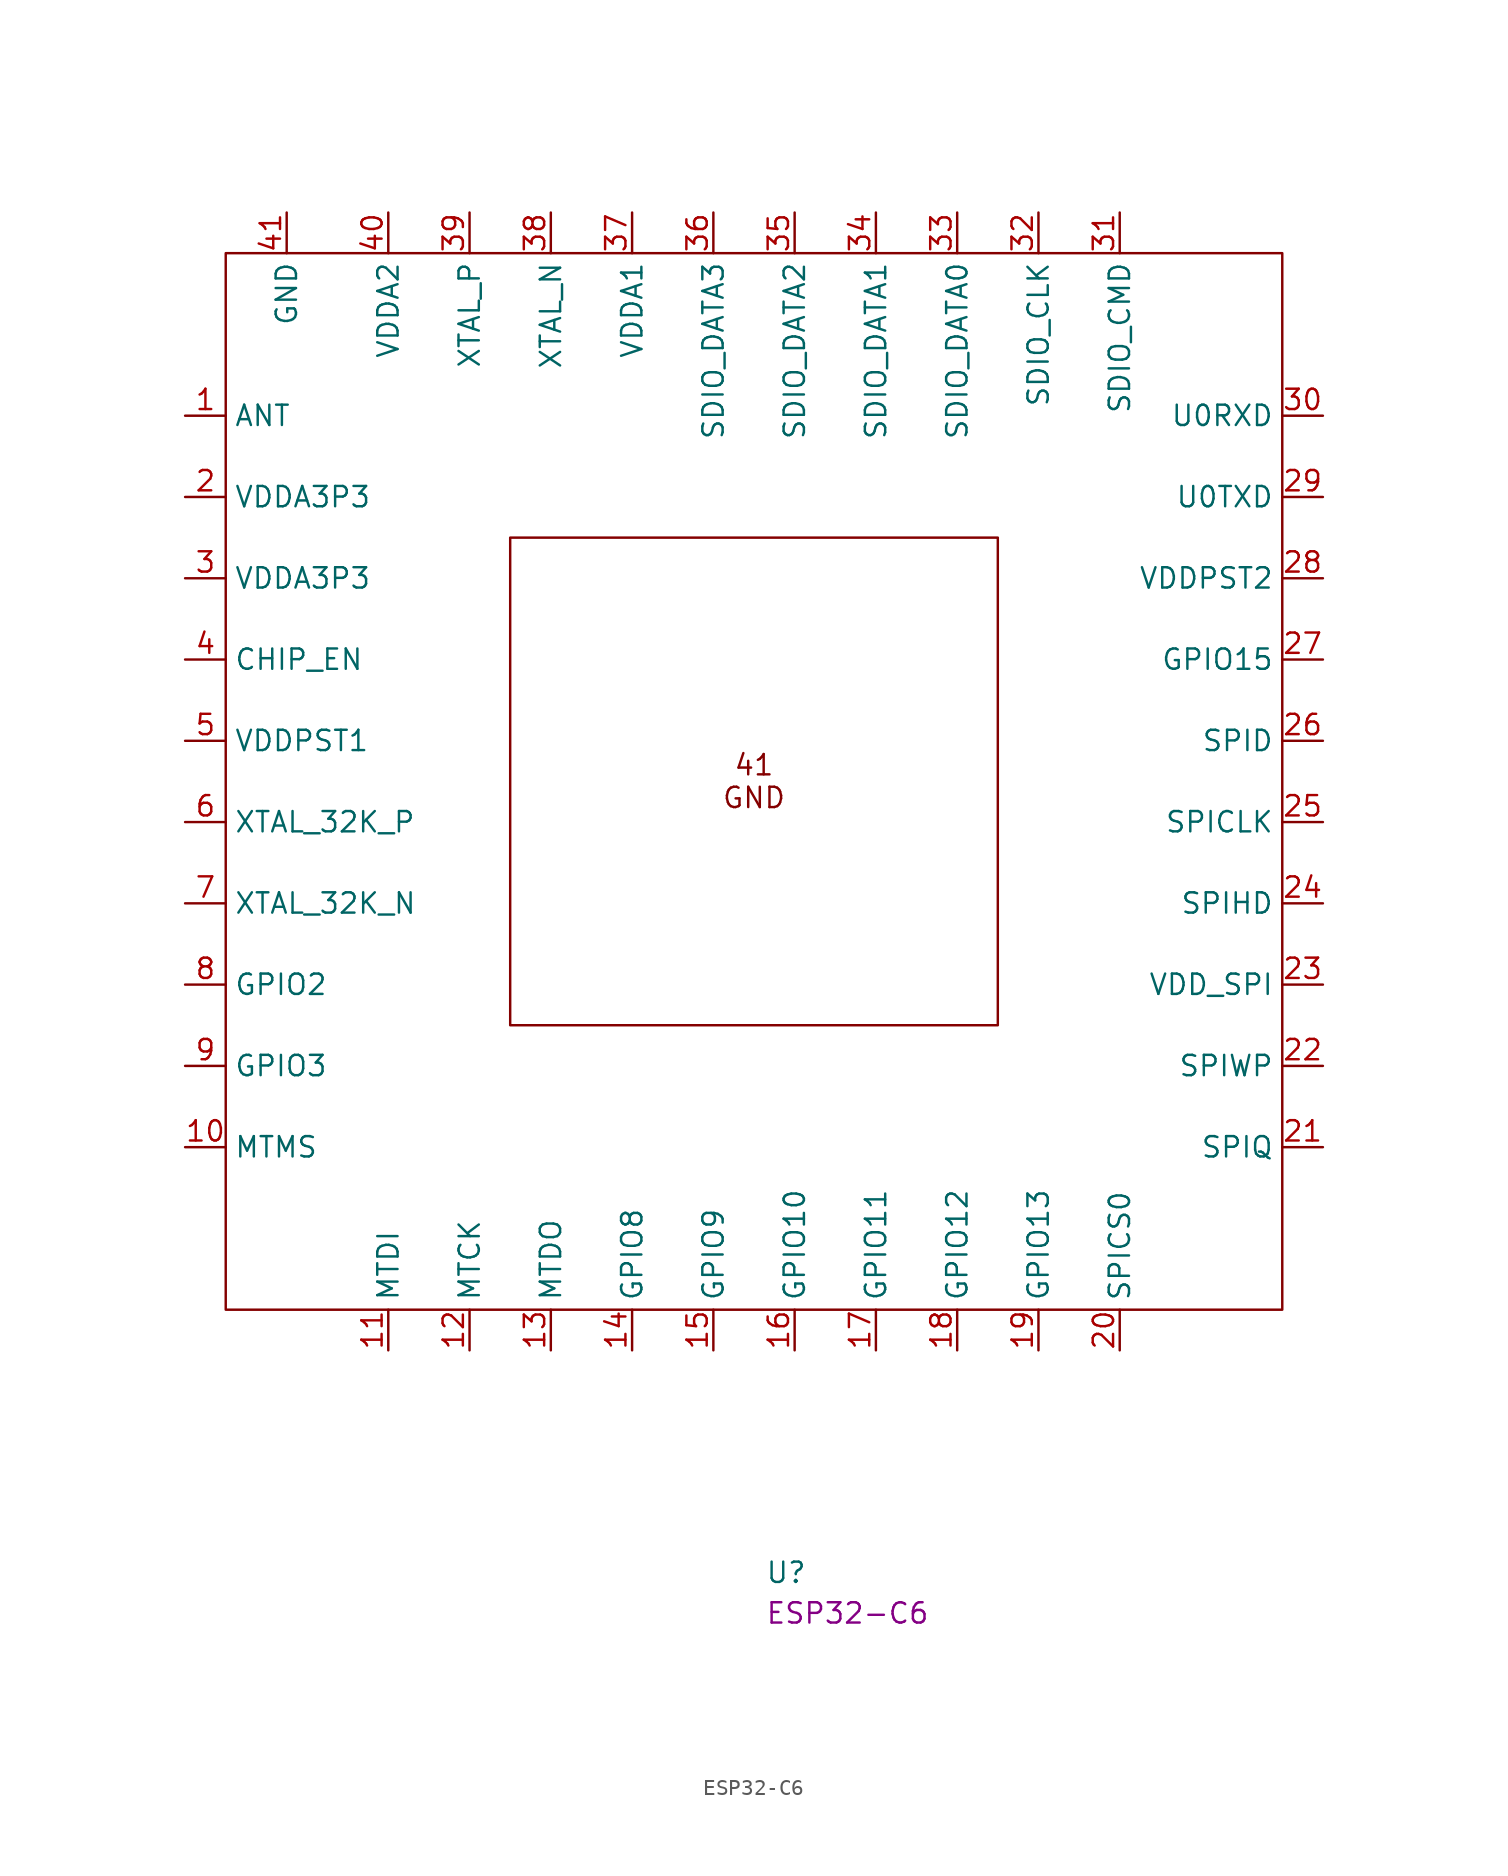
<source format=kicad_sym>
(kicad_symbol_lib
  (version 20231120)
  (generator "kicad_symbol_editor")
  (generator_version "8.0")
  (symbol "ESP32-C6"
    (property "Reference" "U"
      (at 0.7 -50.198 0)
      (effects (font (size 1.27 1.27) (thickness 0.15)) (justify left bottom)))
    (property "Val" "ESP32-C6"
      (at 0.7 -52.738 0)
      (effects (font (size 1.27 1.27)) (justify left bottom)))
    (symbol "ESP32-C6_1_1"
      (rectangle (start -33.02 33.02) (end 33.02 -33.02) (stroke (width 0) (type default)) (fill (type none)))
      (rectangle (start -15.24 15.24) (end 15.24 -15.24) (stroke (width 0) (type default)) (fill (type none)))
      (text "41\nGND" (at 0 0 0) (effects (font (size 1.27 1.27))))
      (pin bidirectional line (at -35.56 22.86 0) (length 2.54) (name "ANT" (effects (font (size 1.27 1.27)))) (number "1" (effects (font (size 1.27 1.27)))))
      (pin bidirectional line (at -35.56 -22.86 0) (length 2.54) (name "MTMS" (effects (font (size 1.27 1.27)))) (number "10" (effects (font (size 1.27 1.27)))))
      (pin bidirectional line (at -22.86 -35.56 90) (length 2.54) (name "MTDI" (effects (font (size 1.27 1.27)))) (number "11" (effects (font (size 1.27 1.27)))))
      (pin bidirectional line (at -17.78 -35.56 90) (length 2.54) (name "MTCK" (effects (font (size 1.27 1.27)))) (number "12" (effects (font (size 1.27 1.27)))))
      (pin bidirectional line (at -12.7 -35.56 90) (length 2.54) (name "MTDO" (effects (font (size 1.27 1.27)))) (number "13" (effects (font (size 1.27 1.27)))))
      (pin bidirectional line (at -7.62 -35.56 90) (length 2.54) (name "GPIO8" (effects (font (size 1.27 1.27)))) (number "14" (effects (font (size 1.27 1.27)))))
      (pin bidirectional line (at -2.54 -35.56 90) (length 2.54) (name "GPIO9" (effects (font (size 1.27 1.27)))) (number "15" (effects (font (size 1.27 1.27)))))
      (pin bidirectional line (at 2.54 -35.56 90) (length 2.54) (name "GPIO10" (effects (font (size 1.27 1.27)))) (number "16" (effects (font (size 1.27 1.27)))))
      (pin bidirectional line (at 7.62 -35.56 90) (length 2.54) (name "GPIO11" (effects (font (size 1.27 1.27)))) (number "17" (effects (font (size 1.27 1.27)))))
      (pin bidirectional line (at 12.7 -35.56 90) (length 2.54) (name "GPIO12" (effects (font (size 1.27 1.27)))) (number "18" (effects (font (size 1.27 1.27)))))
      (pin bidirectional line (at 17.78 -35.56 90) (length 2.54) (name "GPIO13" (effects (font (size 1.27 1.27)))) (number "19" (effects (font (size 1.27 1.27)))))
      (pin bidirectional line (at -35.56 17.78 0) (length 2.54) (name "VDDA3P3" (effects (font (size 1.27 1.27)))) (number "2" (effects (font (size 1.27 1.27)))))
      (pin bidirectional line (at 22.86 -35.56 90) (length 2.54) (name "SPICS0" (effects (font (size 1.27 1.27)))) (number "20" (effects (font (size 1.27 1.27)))))
      (pin bidirectional line (at 35.56 -22.86 180) (length 2.54) (name "SPIQ" (effects (font (size 1.27 1.27)))) (number "21" (effects (font (size 1.27 1.27)))))
      (pin bidirectional line (at 35.56 -17.78 180) (length 2.54) (name "SPIWP" (effects (font (size 1.27 1.27)))) (number "22" (effects (font (size 1.27 1.27)))))
      (pin bidirectional line (at 35.56 -12.7 180) (length 2.54) (name "VDD_SPI" (effects (font (size 1.27 1.27)))) (number "23" (effects (font (size 1.27 1.27)))))
      (pin bidirectional line (at 35.56 -7.62 180) (length 2.54) (name "SPIHD" (effects (font (size 1.27 1.27)))) (number "24" (effects (font (size 1.27 1.27)))))
      (pin bidirectional line (at 35.56 -2.54 180) (length 2.54) (name "SPICLK" (effects (font (size 1.27 1.27)))) (number "25" (effects (font (size 1.27 1.27)))))
      (pin bidirectional line (at 35.56 2.54 180) (length 2.54) (name "SPID" (effects (font (size 1.27 1.27)))) (number "26" (effects (font (size 1.27 1.27)))))
      (pin bidirectional line (at 35.56 7.62 180) (length 2.54) (name "GPIO15" (effects (font (size 1.27 1.27)))) (number "27" (effects (font (size 1.27 1.27)))))
      (pin bidirectional line (at 35.56 12.7 180) (length 2.54) (name "VDDPST2" (effects (font (size 1.27 1.27)))) (number "28" (effects (font (size 1.27 1.27)))))
      (pin bidirectional line (at 35.56 17.78 180) (length 2.54) (name "U0TXD" (effects (font (size 1.27 1.27)))) (number "29" (effects (font (size 1.27 1.27)))))
      (pin bidirectional line (at -35.56 12.7 0) (length 2.54) (name "VDDA3P3" (effects (font (size 1.27 1.27)))) (number "3" (effects (font (size 1.27 1.27)))))
      (pin bidirectional line (at 35.56 22.86 180) (length 2.54) (name "U0RXD" (effects (font (size 1.27 1.27)))) (number "30" (effects (font (size 1.27 1.27)))))
      (pin bidirectional line (at 22.86 35.56 270) (length 2.54) (name "SDIO_CMD" (effects (font (size 1.27 1.27)))) (number "31" (effects (font (size 1.27 1.27)))))
      (pin bidirectional line (at 17.78 35.56 270) (length 2.54) (name "SDIO_CLK" (effects (font (size 1.27 1.27)))) (number "32" (effects (font (size 1.27 1.27)))))
      (pin bidirectional line (at 12.7 35.56 270) (length 2.54) (name "SDIO_DATA0" (effects (font (size 1.27 1.27)))) (number "33" (effects (font (size 1.27 1.27)))))
      (pin bidirectional line (at 7.62 35.56 270) (length 2.54) (name "SDIO_DATA1" (effects (font (size 1.27 1.27)))) (number "34" (effects (font (size 1.27 1.27)))))
      (pin bidirectional line (at 2.54 35.56 270) (length 2.54) (name "SDIO_DATA2" (effects (font (size 1.27 1.27)))) (number "35" (effects (font (size 1.27 1.27)))))
      (pin bidirectional line (at -2.54 35.56 270) (length 2.54) (name "SDIO_DATA3" (effects (font (size 1.27 1.27)))) (number "36" (effects (font (size 1.27 1.27)))))
      (pin bidirectional line (at -7.62 35.56 270) (length 2.54) (name "VDDA1" (effects (font (size 1.27 1.27)))) (number "37" (effects (font (size 1.27 1.27)))))
      (pin bidirectional line (at -12.7 35.56 270) (length 2.54) (name "XTAL_N" (effects (font (size 1.27 1.27)))) (number "38" (effects (font (size 1.27 1.27)))))
      (pin bidirectional line (at -17.78 35.56 270) (length 2.54) (name "XTAL_P" (effects (font (size 1.27 1.27)))) (number "39" (effects (font (size 1.27 1.27)))))
      (pin bidirectional line (at -35.56 7.62 0) (length 2.54) (name "CHIP_EN" (effects (font (size 1.27 1.27)))) (number "4" (effects (font (size 1.27 1.27)))))
      (pin bidirectional line (at -22.86 35.56 270) (length 2.54) (name "VDDA2" (effects (font (size 1.27 1.27)))) (number "40" (effects (font (size 1.27 1.27)))))
      (pin bidirectional line (at -29.21 35.56 270) (length 2.54) (name "GND" (effects (font (size 1.27 1.27)))) (number "41" (effects (font (size 1.27 1.27)))))
      (pin bidirectional line (at -35.56 2.54 0) (length 2.54) (name "VDDPST1" (effects (font (size 1.27 1.27)))) (number "5" (effects (font (size 1.27 1.27)))))
      (pin bidirectional line (at -35.56 -2.54 0) (length 2.54) (name "XTAL_32K_P" (effects (font (size 1.27 1.27)))) (number "6" (effects (font (size 1.27 1.27)))))
      (pin bidirectional line (at -35.56 -7.62 0) (length 2.54) (name "XTAL_32K_N" (effects (font (size 1.27 1.27)))) (number "7" (effects (font (size 1.27 1.27)))))
      (pin bidirectional line (at -35.56 -12.7 0) (length 2.54) (name "GPIO2" (effects (font (size 1.27 1.27)))) (number "8" (effects (font (size 1.27 1.27)))))
      (pin bidirectional line (at -35.56 -17.78 0) (length 2.54) (name "GPIO3" (effects (font (size 1.27 1.27)))) (number "9" (effects (font (size 1.27 1.27))))))))
</source>
